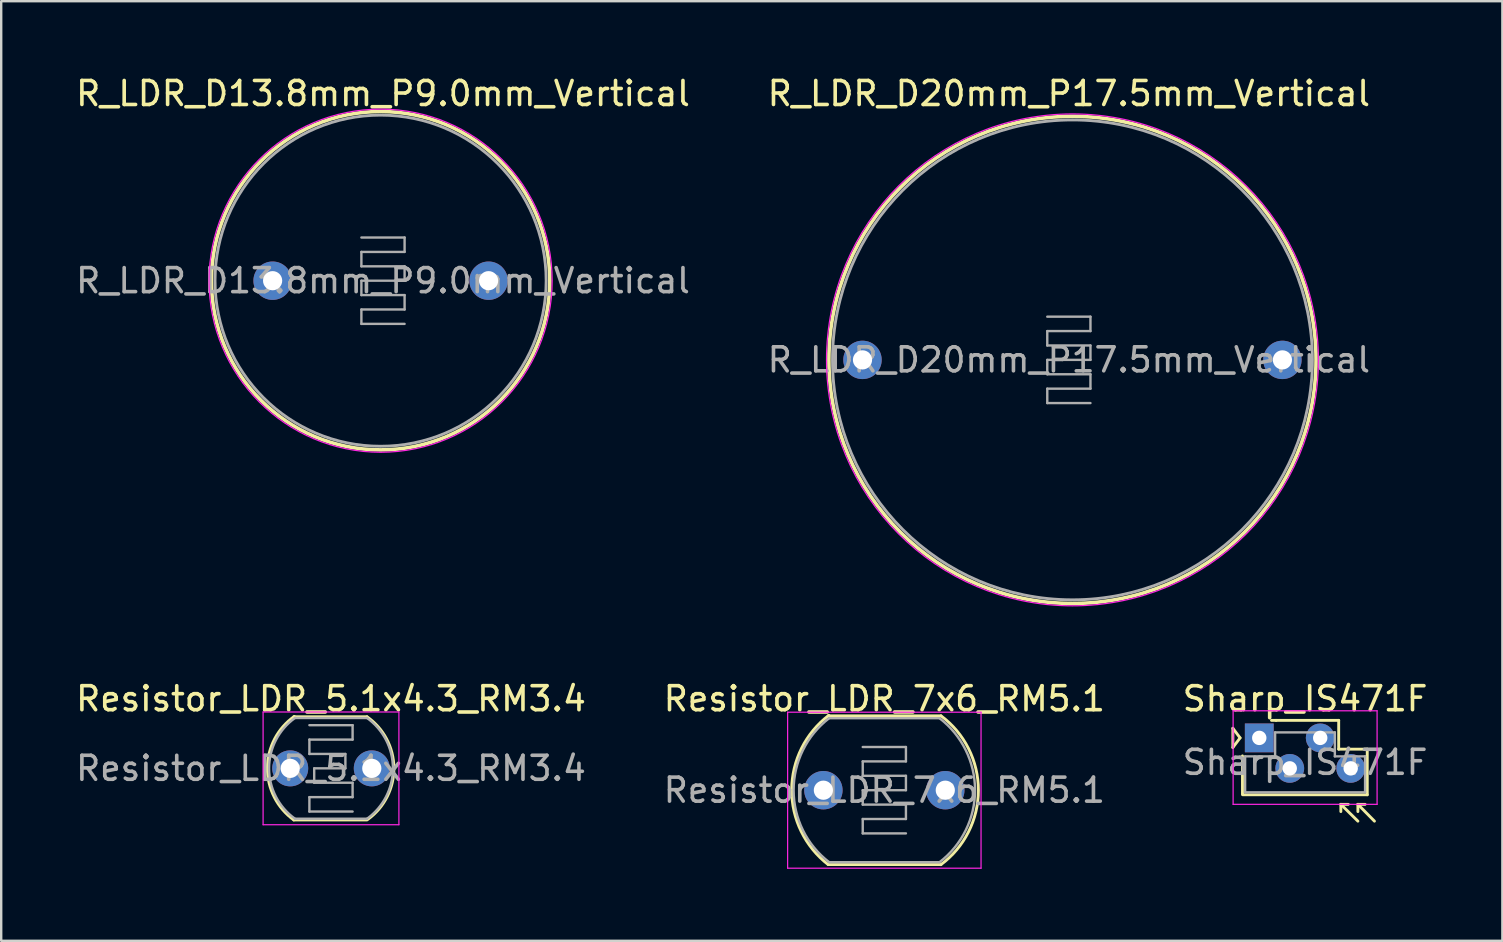
<source format=kicad_pcb>
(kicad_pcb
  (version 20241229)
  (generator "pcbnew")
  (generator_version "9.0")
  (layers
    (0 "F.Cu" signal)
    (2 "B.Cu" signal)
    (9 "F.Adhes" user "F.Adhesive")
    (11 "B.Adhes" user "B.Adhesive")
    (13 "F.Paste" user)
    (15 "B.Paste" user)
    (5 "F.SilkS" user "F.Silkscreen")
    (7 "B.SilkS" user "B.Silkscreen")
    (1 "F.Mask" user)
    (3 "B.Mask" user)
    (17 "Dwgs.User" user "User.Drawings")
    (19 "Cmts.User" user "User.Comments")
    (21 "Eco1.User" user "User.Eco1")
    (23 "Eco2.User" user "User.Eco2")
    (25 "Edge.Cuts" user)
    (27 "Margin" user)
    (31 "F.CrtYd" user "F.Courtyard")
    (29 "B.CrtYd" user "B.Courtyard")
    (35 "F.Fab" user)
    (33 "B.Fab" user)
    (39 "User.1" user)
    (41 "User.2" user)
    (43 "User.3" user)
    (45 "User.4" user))
  (footprint "Resistor_LDR_5.1x4.3_RM3.4"
    (layer "F.Cu")
    (at 9.044 28.971)
    (property "Reference" "Resistor_LDR_5.1x4.3_RM3.4" (at 1.7 -2.9 0) (layer "F.SilkS") (effects (font (size 1 1) (thickness 0.15))))
    (attr through_hole)
    (fp_line (start 0.15 -2.15) (end 3.2 -2.15) (stroke (width 0.12) (type solid)) (layer "F.SilkS"))
    (fp_line (start 0.15 2.15) (end 3.2 2.15) (stroke (width 0.12) (type solid)) (layer "F.SilkS"))
    (fp_arc (start 0.15 2.15) (mid -0.950438 -0.013368) (end 0.171766 -2.165525) (stroke (width 0.12) (type solid)) (layer "F.SilkS"))
    (fp_arc (start 3.2 -2.15) (mid 4.321403 -0.027338) (end 3.244513 2.118249) (stroke (width 0.12) (type solid)) (layer "F.SilkS"))
    (fp_line (start -1.13 -2.35) (end -1.13 2.35) (stroke (width 0.05) (type solid)) (layer "F.CrtYd"))
    (fp_line (start -1.13 -2.35) (end 4.53 -2.35) (stroke (width 0.05) (type solid)) (layer "F.CrtYd"))
    (fp_line (start 4.53 2.35) (end -1.13 2.35) (stroke (width 0.05) (type solid)) (layer "F.CrtYd"))
    (fp_line (start 4.53 2.35) (end 4.53 -2.35) (stroke (width 0.05) (type solid)) (layer "F.CrtYd"))
    (fp_line (start 0.2 -2.1) (end 3.2 -2.1) (stroke (width 0.1) (type solid)) (layer "F.Fab"))
    (fp_line (start 0.8 -1.8) (end 2.6 -1.8) (stroke (width 0.1) (type solid)) (layer "F.Fab"))
    (fp_line (start 0.8 -1.2) (end 0.8 -0.6) (stroke (width 0.1) (type solid)) (layer "F.Fab"))
    (fp_line (start 0.8 1.2) (end 0.8 1.8) (stroke (width 0.1) (type solid)) (layer "F.Fab"))
    (fp_line (start 0.8 1.8) (end 2.6 1.8) (stroke (width 0.1) (type solid)) (layer "F.Fab"))
    (fp_line (start 1 0) (end 1 0.6) (stroke (width 0.1) (type solid)) (layer "F.Fab"))
    (fp_line (start 1 0) (end 2.3 0) (stroke (width 0.1) (type solid)) (layer "F.Fab"))
    (fp_line (start 2.3 -0.6) (end 0.8 -0.6) (stroke (width 0.1) (type solid)) (layer "F.Fab"))
    (fp_line (start 2.3 0) (end 2.3 -0.6) (stroke (width 0.1) (type solid)) (layer "F.Fab"))
    (fp_line (start 2.6 -1.8) (end 2.6 -1.2) (stroke (width 0.1) (type solid)) (layer "F.Fab"))
    (fp_line (start 2.6 -1.2) (end 0.8 -1.2) (stroke (width 0.1) (type solid)) (layer "F.Fab"))
    (fp_line (start 2.6 0.6) (end 1 0.6) (stroke (width 0.1) (type solid)) (layer "F.Fab"))
    (fp_line (start 2.6 0.6) (end 2.6 1.2) (stroke (width 0.1) (type solid)) (layer "F.Fab"))
    (fp_line (start 2.6 1.2) (end 0.8 1.2) (stroke (width 0.1) (type solid)) (layer "F.Fab"))
    (fp_line (start 3.2 2.1) (end 0.2 2.1) (stroke (width 0.1) (type solid)) (layer "F.Fab"))
    (fp_arc (start 0.2 2.1) (mid -0.880697 -0.001697) (end 0.202763 -2.101971) (stroke (width 0.1) (type solid)) (layer "F.Fab"))
    (fp_arc (start 3.2 -2.1) (mid 4.280697 0.001697) (end 3.197237 2.101971) (stroke (width 0.1) (type solid)) (layer "F.Fab"))
    (fp_text user "${REFERENCE}" (at 1.7 0 0) (layer "F.Fab") (effects (font (size 1 1) (thickness 0.15))))
    (pad "1" thru_hole circle (at 0 0) (size 1.5 1.5) (drill 0.8) (layers "*.Cu" "*.Mask"))
    (pad "2" thru_hole circle (at 3.4 0) (size 1.5 1.5) (drill 0.8) (layers "*.Cu" "*.Mask")))
  (footprint "R_LDR_D13.8mm_P9.0mm_Vertical"
    (layer "F.Cu")
    (at 8.311 8.648)
    (property "Reference" "R_LDR_D13.8mm_P9.0mm_Vertical" (at 4.6 -7.8 0) (layer "F.SilkS") (effects (font (size 1 1) (thickness 0.15))))
    (attr through_hole)
    (fp_circle (center 4.5 0) (end -2.55 0) (stroke (width 0.15) (type solid)) (fill no) (layer "F.SilkS"))
    (fp_circle (center 4.5 0) (end -2.65 0) (stroke (width 0.05) (type solid)) (fill no) (layer "F.CrtYd"))
    (fp_line (start 3.7 -1.8) (end 5.5 -1.8) (stroke (width 0.1) (type solid)) (layer "F.Fab"))
    (fp_line (start 3.7 -1.2) (end 3.7 -0.6) (stroke (width 0.1) (type solid)) (layer "F.Fab"))
    (fp_line (start 3.7 -0.6) (end 5.5 -0.6) (stroke (width 0.1) (type solid)) (layer "F.Fab"))
    (fp_line (start 3.7 0) (end 3.7 0.6) (stroke (width 0.1) (type solid)) (layer "F.Fab"))
    (fp_line (start 3.7 0.6) (end 5.5 0.6) (stroke (width 0.1) (type solid)) (layer "F.Fab"))
    (fp_line (start 3.7 1.2) (end 3.7 1.8) (stroke (width 0.1) (type solid)) (layer "F.Fab"))
    (fp_line (start 3.7 1.8) (end 5.5 1.8) (stroke (width 0.1) (type solid)) (layer "F.Fab"))
    (fp_line (start 5.5 -1.8) (end 5.5 -1.2) (stroke (width 0.1) (type solid)) (layer "F.Fab"))
    (fp_line (start 5.5 -1.2) (end 3.7 -1.2) (stroke (width 0.1) (type solid)) (layer "F.Fab"))
    (fp_line (start 5.5 -0.6) (end 5.5 0) (stroke (width 0.1) (type solid)) (layer "F.Fab"))
    (fp_line (start 5.5 0) (end 3.7 0) (stroke (width 0.1) (type solid)) (layer "F.Fab"))
    (fp_line (start 5.5 0.6) (end 5.5 1.2) (stroke (width 0.1) (type solid)) (layer "F.Fab"))
    (fp_line (start 5.5 1.2) (end 3.7 1.2) (stroke (width 0.1) (type solid)) (layer "F.Fab"))
    (fp_circle (center 4.5 0) (end -2.4 0) (stroke (width 0.12) (type solid)) (fill no) (layer "F.Fab"))
    (fp_text user "${REFERENCE}" (at 4.6 0 0) (layer "F.Fab") (effects (font (size 1 1) (thickness 0.15))))
    (pad "1" thru_hole circle (at 0 0) (size 1.6 1.6) (drill 0.8) (layers "*.Cu" "*.Mask"))
    (pad "2" thru_hole circle (at 9 0) (size 1.6 1.6) (drill 0.8) (layers "*.Cu" "*.Mask")))
  (footprint "R_LDR_D20mm_P17.5mm_Vertical"
    (layer "F.Cu")
    (at 32.894 11.948)
    (property "Reference" "R_LDR_D20mm_P17.5mm_Vertical" (at 8.6 -11.1 0) (layer "F.SilkS") (effects (font (size 1 1) (thickness 0.15))))
    (attr through_hole)
    (fp_circle (center 8.75 0) (end -1.4 0) (stroke (width 0.15) (type solid)) (fill no) (layer "F.SilkS"))
    (fp_circle (center 8.75 0) (end -1.5 0) (stroke (width 0.05) (type solid)) (fill no) (layer "F.CrtYd"))
    (fp_line (start 7.7 -1.8) (end 9.5 -1.8) (stroke (width 0.1) (type solid)) (layer "F.Fab"))
    (fp_line (start 7.7 -1.2) (end 7.7 -0.6) (stroke (width 0.1) (type solid)) (layer "F.Fab"))
    (fp_line (start 7.7 -0.6) (end 9.5 -0.6) (stroke (width 0.1) (type solid)) (layer "F.Fab"))
    (fp_line (start 7.7 0) (end 7.7 0.6) (stroke (width 0.1) (type solid)) (layer "F.Fab"))
    (fp_line (start 7.7 0.6) (end 9.5 0.6) (stroke (width 0.1) (type solid)) (layer "F.Fab"))
    (fp_line (start 7.7 1.2) (end 7.7 1.8) (stroke (width 0.1) (type solid)) (layer "F.Fab"))
    (fp_line (start 7.7 1.8) (end 9.5 1.8) (stroke (width 0.1) (type solid)) (layer "F.Fab"))
    (fp_line (start 9.5 -1.8) (end 9.5 -1.2) (stroke (width 0.1) (type solid)) (layer "F.Fab"))
    (fp_line (start 9.5 -1.2) (end 7.7 -1.2) (stroke (width 0.1) (type solid)) (layer "F.Fab"))
    (fp_line (start 9.5 -0.6) (end 9.5 0) (stroke (width 0.1) (type solid)) (layer "F.Fab"))
    (fp_line (start 9.5 0) (end 7.7 0) (stroke (width 0.1) (type solid)) (layer "F.Fab"))
    (fp_line (start 9.5 0.6) (end 9.5 1.2) (stroke (width 0.1) (type solid)) (layer "F.Fab"))
    (fp_line (start 9.5 1.2) (end 7.7 1.2) (stroke (width 0.1) (type solid)) (layer "F.Fab"))
    (fp_circle (center 8.75 0) (end -1.25 0) (stroke (width 0.12) (type solid)) (fill no) (layer "F.Fab"))
    (fp_text user "${REFERENCE}" (at 8.6 0 0) (layer "F.Fab") (effects (font (size 1 1) (thickness 0.15))))
    (pad "1" thru_hole circle (at 0 0) (size 1.6 1.6) (drill 0.8) (layers "*.Cu" "*.Mask"))
    (pad "2" thru_hole circle (at 17.5 0) (size 1.6 1.6) (drill 0.8) (layers "*.Cu" "*.Mask")))
  (footprint "Resistor_LDR_7x6_RM5.1"
    (layer "F.Cu")
    (at 31.264 29.881)
    (property "Reference" "Resistor_LDR_7x6_RM5.1" (at 2.54 -3.81 0) (layer "F.SilkS") (effects (font (size 1 1) (thickness 0.15))))
    (attr through_hole)
    (fp_line (start 0.2 -3.1) (end 4.9 -3.1) (stroke (width 0.12) (type solid)) (layer "F.SilkS"))
    (fp_line (start 0.2 3.1) (end 4.9 3.1) (stroke (width 0.12) (type solid)) (layer "F.SilkS"))
    (fp_arc (start 0.2 3.1) (mid -1.320423 -0.016888) (end 0.226796 -3.120561) (stroke (width 0.12) (type solid)) (layer "F.SilkS"))
    (fp_arc (start 4.9 -3.1) (mid 6.460049 0.00492) (end 4.89209 3.105853) (stroke (width 0.12) (type solid)) (layer "F.SilkS"))
    (fp_line (start -1.49 -3.25) (end -1.49 3.25) (stroke (width 0.05) (type solid)) (layer "F.CrtYd"))
    (fp_line (start -1.49 -3.25) (end 6.57 -3.25) (stroke (width 0.05) (type solid)) (layer "F.CrtYd"))
    (fp_line (start 6.57 3.25) (end -1.49 3.25) (stroke (width 0.05) (type solid)) (layer "F.CrtYd"))
    (fp_line (start 6.57 3.25) (end 6.57 -3.25) (stroke (width 0.05) (type solid)) (layer "F.CrtYd"))
    (fp_line (start 0.24 -3) (end 4.84 -3) (stroke (width 0.1) (type solid)) (layer "F.Fab"))
    (fp_line (start 1.64 -1.8) (end 3.44 -1.8) (stroke (width 0.1) (type solid)) (layer "F.Fab"))
    (fp_line (start 1.64 -1.2) (end 1.64 -0.6) (stroke (width 0.1) (type solid)) (layer "F.Fab"))
    (fp_line (start 1.64 -0.6) (end 3.44 -0.6) (stroke (width 0.1) (type solid)) (layer "F.Fab"))
    (fp_line (start 1.64 0) (end 1.64 0.6) (stroke (width 0.1) (type solid)) (layer "F.Fab"))
    (fp_line (start 1.64 0.6) (end 3.44 0.6) (stroke (width 0.1) (type solid)) (layer "F.Fab"))
    (fp_line (start 1.64 1.2) (end 1.64 1.8) (stroke (width 0.1) (type solid)) (layer "F.Fab"))
    (fp_line (start 1.64 1.8) (end 3.44 1.8) (stroke (width 0.1) (type solid)) (layer "F.Fab"))
    (fp_line (start 3.44 -1.8) (end 3.44 -1.2) (stroke (width 0.1) (type solid)) (layer "F.Fab"))
    (fp_line (start 3.44 -1.2) (end 1.64 -1.2) (stroke (width 0.1) (type solid)) (layer "F.Fab"))
    (fp_line (start 3.44 -0.6) (end 3.44 0) (stroke (width 0.1) (type solid)) (layer "F.Fab"))
    (fp_line (start 3.44 0) (end 1.64 0) (stroke (width 0.1) (type solid)) (layer "F.Fab"))
    (fp_line (start 3.44 0.6) (end 3.44 1.2) (stroke (width 0.1) (type solid)) (layer "F.Fab"))
    (fp_line (start 3.44 1.2) (end 1.64 1.2) (stroke (width 0.1) (type solid)) (layer "F.Fab"))
    (fp_line (start 4.84 3) (end 0.24 3) (stroke (width 0.1) (type solid)) (layer "F.Fab"))
    (fp_arc (start 0.24 3) (mid -1.240211 0.001572) (end 0.237506 -2.998087) (stroke (width 0.1) (type solid)) (layer "F.Fab"))
    (fp_arc (start 4.84 -3) (mid 6.320211 -0.001572) (end 4.842494 2.998087) (stroke (width 0.1) (type solid)) (layer "F.Fab"))
    (fp_text user "${REFERENCE}" (at 2.54 0 0) (layer "F.Fab") (effects (font (size 1 1) (thickness 0.15))))
    (pad "1" thru_hole circle (at 0 0) (size 1.6 1.6) (drill 0.8) (layers "*.Cu" "*.Mask"))
    (pad "2" thru_hole circle (at 5.08 0) (size 1.6 1.6) (drill 0.8) (layers "*.Cu" "*.Mask")))
  (footprint "Sharp_IS471F"
    (layer "F.Cu")
    (at 49.429 27.701)
    (property "Reference" "Sharp_IS471F" (at 1.91 -1.63 0) (layer "F.SilkS") (effects (font (size 1 1) (thickness 0.15))))
    (attr through_hole)
    (fp_line (start -1.1 -0.4) (end -1.1 0.4) (stroke (width 0.12) (type solid)) (layer "F.SilkS"))
    (fp_line (start -1.1 0.4) (end -0.8 0) (stroke (width 0.12) (type solid)) (layer "F.SilkS"))
    (fp_line (start -0.8 0) (end -1.1 -0.4) (stroke (width 0.12) (type solid)) (layer "F.SilkS"))
    (fp_line (start -0.7 2.35) (end -0.7 0.75) (stroke (width 0.12) (type solid)) (layer "F.SilkS"))
    (fp_line (start -0.69 2.37) (end 4.5 2.37) (stroke (width 0.12) (type solid)) (layer "F.SilkS"))
    (fp_line (start 0.7 -0.73) (end 0.51 -0.73) (stroke (width 0.12) (type solid)) (layer "F.SilkS"))
    (fp_line (start 3.31 -0.73) (end 0.7 -0.73) (stroke (width 0.12) (type solid)) (layer "F.SilkS"))
    (fp_line (start 3.31 0.47) (end 3.31 -0.73) (stroke (width 0.12) (type solid)) (layer "F.SilkS"))
    (fp_line (start 3.4 2.77) (end 3.4 3.07) (stroke (width 0.12) (type solid)) (layer "F.SilkS"))
    (fp_line (start 3.4 2.77) (end 3.71 2.77) (stroke (width 0.12) (type solid)) (layer "F.SilkS"))
    (fp_line (start 3.4 2.77) (end 4.11 3.47) (stroke (width 0.12) (type solid)) (layer "F.SilkS"))
    (fp_line (start 4.11 2.77) (end 4.11 3.07) (stroke (width 0.12) (type solid)) (layer "F.SilkS"))
    (fp_line (start 4.11 2.77) (end 4.41 2.77) (stroke (width 0.12) (type solid)) (layer "F.SilkS"))
    (fp_line (start 4.11 2.77) (end 4.8 3.47) (stroke (width 0.12) (type solid)) (layer "F.SilkS"))
    (fp_line (start 4.5 0.47) (end 3.31 0.47) (stroke (width 0.12) (type solid)) (layer "F.SilkS"))
    (fp_line (start 4.5 2.37) (end 4.5 0.47) (stroke (width 0.12) (type solid)) (layer "F.SilkS"))
    (fp_line (start -1.09 -1.13) (end -1.09 2.77) (stroke (width 0.05) (type solid)) (layer "F.CrtYd"))
    (fp_line (start -1.09 2.77) (end 4.91 2.77) (stroke (width 0.05) (type solid)) (layer "F.CrtYd"))
    (fp_line (start 4.91 -1.13) (end -1.09 -1.13) (stroke (width 0.05) (type solid)) (layer "F.CrtYd"))
    (fp_line (start 4.91 2.77) (end 4.91 -1.13) (stroke (width 0.05) (type solid)) (layer "F.CrtYd"))
    (fp_line (start -0.59 0.77) (end -0.59 2.27) (stroke (width 0.1) (type solid)) (layer "F.Fab"))
    (fp_line (start -0.59 2.27) (end 4.41 2.27) (stroke (width 0.1) (type solid)) (layer "F.Fab"))
    (fp_line (start 0.66 -0.23) (end 0.66 0.77) (stroke (width 0.1) (type solid)) (layer "F.Fab"))
    (fp_line (start 0.66 0.77) (end -0.59 0.77) (stroke (width 0.1) (type solid)) (layer "F.Fab"))
    (fp_line (start 3.15 -0.23) (end 0.66 -0.23) (stroke (width 0.1) (type solid)) (layer "F.Fab"))
    (fp_line (start 3.15 0.77) (end 3.15 -0.23) (stroke (width 0.1) (type solid)) (layer "F.Fab"))
    (fp_line (start 4.41 0.77) (end 3.15 0.77) (stroke (width 0.1) (type solid)) (layer "F.Fab"))
    (fp_line (start 4.41 2.27) (end 4.41 0.77) (stroke (width 0.1) (type solid)) (layer "F.Fab"))
    (fp_text user "${REFERENCE}" (at 1.91 1.02 0) (layer "F.Fab") (effects (font (size 1 1) (thickness 0.15))))
    (pad "1" thru_hole rect (at 0 0) (size 1.2 1.2) (drill 0.6) (layers "*.Cu" "*.Mask"))
    (pad "2" thru_hole circle (at 1.27 1.27) (size 1.2 1.2) (drill 0.6) (layers "*.Cu" "*.Mask"))
    (pad "3" thru_hole circle (at 2.54 0) (size 1.2 1.2) (drill 0.6) (layers "*.Cu" "*.Mask"))
    (pad "4" thru_hole circle (at 3.81 1.27) (size 1.2 1.2) (drill 0.6) (layers "*.Cu" "*.Mask")))
  (gr_rect
    (start -3 -3)
    (end 59.56 36.157)
    (stroke (width 0.1) (type default))
    (fill no)
    (layer "Edge.Cuts")))
</source>
